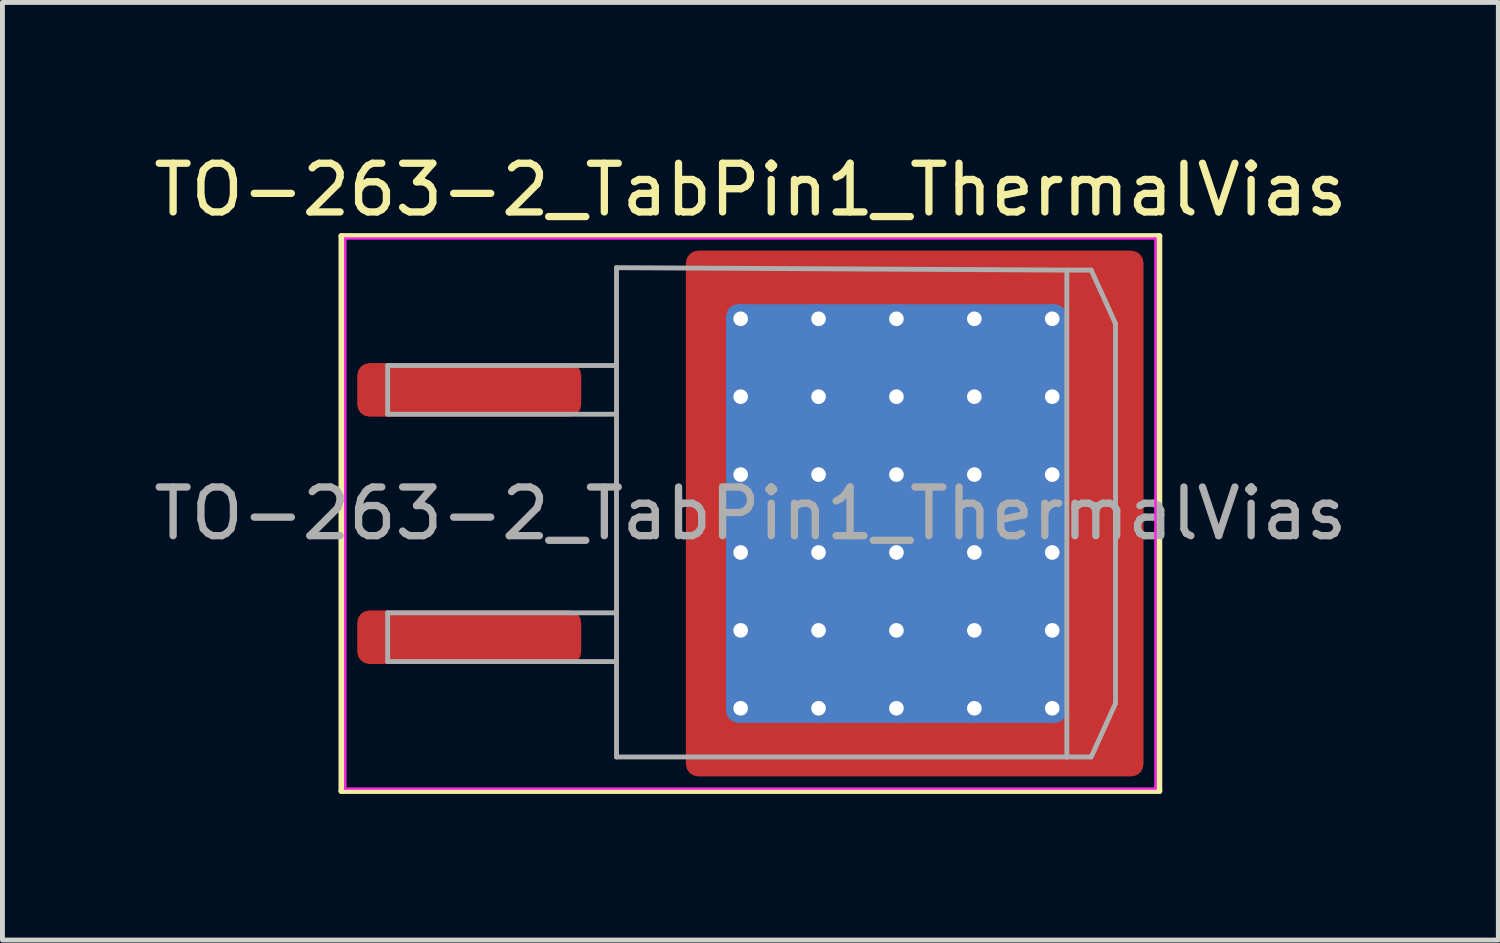
<source format=kicad_pcb>
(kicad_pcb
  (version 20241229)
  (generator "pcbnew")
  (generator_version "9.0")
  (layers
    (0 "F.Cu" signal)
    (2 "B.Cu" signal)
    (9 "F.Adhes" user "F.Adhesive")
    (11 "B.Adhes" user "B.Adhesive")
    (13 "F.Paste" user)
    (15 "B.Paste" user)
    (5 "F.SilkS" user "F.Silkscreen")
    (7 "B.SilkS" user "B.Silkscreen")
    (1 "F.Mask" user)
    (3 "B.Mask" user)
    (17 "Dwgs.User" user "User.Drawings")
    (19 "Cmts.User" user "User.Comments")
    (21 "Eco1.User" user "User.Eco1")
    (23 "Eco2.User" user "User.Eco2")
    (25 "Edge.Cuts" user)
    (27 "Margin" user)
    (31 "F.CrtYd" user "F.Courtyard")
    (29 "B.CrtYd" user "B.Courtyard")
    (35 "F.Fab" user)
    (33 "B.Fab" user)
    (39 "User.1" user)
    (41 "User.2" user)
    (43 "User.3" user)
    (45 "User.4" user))
  (footprint "TO-263-2_TabPin1_ThermalVias"
    (layer "F.Cu")
    (at 12.363 7.498)
    (property "Reference" "TO-263-2_TabPin1_ThermalVias" (at 0 -6.65 0) (layer "F.SilkS") (effects (font (size 1 1) (thickness 0.15))))
    (attr smd)
    (fp_line (start -8.4 -5.7) (end -8.4 5.7) (stroke (width 0.12) (type solid)) (layer "F.SilkS"))
    (fp_line (start -8.4 5.7) (end 8.4 5.7) (stroke (width 0.12) (type solid)) (layer "F.SilkS"))
    (fp_line (start 8.4 -5.7) (end -8.4 -5.7) (stroke (width 0.12) (type solid)) (layer "F.SilkS"))
    (fp_line (start 8.4 5.7) (end 8.4 -5.7) (stroke (width 0.12) (type solid)) (layer "F.SilkS"))
    (fp_line (start -8.32 -5.65) (end -8.32 5.65) (stroke (width 0.05) (type solid)) (layer "F.CrtYd"))
    (fp_line (start -8.32 5.65) (end 8.32 5.65) (stroke (width 0.05) (type solid)) (layer "F.CrtYd"))
    (fp_line (start 8.32 -5.65) (end -8.32 -5.65) (stroke (width 0.05) (type solid)) (layer "F.CrtYd"))
    (fp_line (start 8.32 5.65) (end 8.32 -5.65) (stroke (width 0.05) (type solid)) (layer "F.CrtYd"))
    (fp_line (start -7.45 -3.04) (end -7.45 -2.04) (stroke (width 0.1) (type solid)) (layer "F.Fab"))
    (fp_line (start -7.45 -2.04) (end -2.75 -2.04) (stroke (width 0.1) (type solid)) (layer "F.Fab"))
    (fp_line (start -7.45 2.04) (end -7.45 3.04) (stroke (width 0.1) (type solid)) (layer "F.Fab"))
    (fp_line (start -7.45 3.04) (end -2.75 3.04) (stroke (width 0.1) (type solid)) (layer "F.Fab"))
    (fp_line (start -2.75 -5.05) (end 6.5 -5) (stroke (width 0.1) (type solid)) (layer "F.Fab"))
    (fp_line (start -2.75 -3.04) (end -7.45 -3.04) (stroke (width 0.1) (type solid)) (layer "F.Fab"))
    (fp_line (start -2.75 2.04) (end -7.45 2.04) (stroke (width 0.1) (type solid)) (layer "F.Fab"))
    (fp_line (start -2.75 5) (end -2.75 -5.05) (stroke (width 0.1) (type solid)) (layer "F.Fab"))
    (fp_line (start 6.5 -5) (end 6.5 5) (stroke (width 0.1) (type solid)) (layer "F.Fab"))
    (fp_line (start 6.5 -5) (end 7 -5) (stroke (width 0.1) (type solid)) (layer "F.Fab"))
    (fp_line (start 6.5 5) (end -2.75 5) (stroke (width 0.1) (type solid)) (layer "F.Fab"))
    (fp_line (start 6.5 5) (end 7 5) (stroke (width 0.1) (type solid)) (layer "F.Fab"))
    (fp_line (start 7 -5) (end 7.5 -3.9) (stroke (width 0.1) (type solid)) (layer "F.Fab"))
    (fp_line (start 7 5) (end 7.5 3.9) (stroke (width 0.1) (type solid)) (layer "F.Fab"))
    (fp_line (start 7.5 -3.9) (end 7.5 3.9) (stroke (width 0.1) (type solid)) (layer "F.Fab"))
    (fp_text user "${REFERENCE}" (at 0 0 0) (layer "F.Fab") (effects (font (size 1 1) (thickness 0.15))))
    (pad "" smd roundrect (at -0.75 -4.65 90) (size 1.1 0.9) (layers "F.Paste") (roundrect_rratio 0.25))
    (pad "" smd roundrect (at -0.75 -3.2 90) (size 1.4 0.9) (layers "F.Paste") (roundrect_rratio 0.25))
    (pad "" smd roundrect (at -0.75 -1.6 90) (size 1.4 0.9) (layers "F.Paste") (roundrect_rratio 0.25))
    (pad "" smd roundrect (at -0.75 0 90) (size 1.4 0.9) (layers "F.Paste") (roundrect_rratio 0.25))
    (pad "" smd roundrect (at -0.75 1.6 90) (size 1.4 0.9) (layers "F.Paste") (roundrect_rratio 0.25))
    (pad "" smd roundrect (at -0.75 3.2 90) (size 1.4 0.9) (layers "F.Paste") (roundrect_rratio 0.25))
    (pad "" smd roundrect (at -0.75 4.65 90) (size 1.1 0.9) (layers "F.Paste") (roundrect_rratio 0.25))
    (pad "" smd roundrect (at 0.6 -4.65) (size 1.4 1.1) (layers "F.Paste") (roundrect_rratio 0.227))
    (pad "" smd roundrect (at 0.6 -3.2) (size 1.4 1.4) (layers "F.Paste") (roundrect_rratio 0.179))
    (pad "" smd roundrect (at 0.6 -1.6) (size 1.4 1.4) (layers "F.Paste") (roundrect_rratio 0.179))
    (pad "" smd roundrect (at 0.6 0) (size 1.4 1.4) (layers "F.Paste") (roundrect_rratio 0.179))
    (pad "" smd roundrect (at 0.6 1.6) (size 1.4 1.4) (layers "F.Paste") (roundrect_rratio 0.179))
    (pad "" smd roundrect (at 0.6 3.2) (size 1.4 1.4) (layers "F.Paste") (roundrect_rratio 0.179))
    (pad "" smd roundrect (at 0.6 4.65) (size 1.4 1.1) (layers "F.Paste") (roundrect_rratio 0.227))
    (pad "" smd roundrect (at 2.2 -4.65) (size 1.4 1.1) (layers "F.Paste") (roundrect_rratio 0.227))
    (pad "" smd roundrect (at 2.2 -3.2) (size 1.4 1.4) (layers "F.Paste") (roundrect_rratio 0.179))
    (pad "" smd roundrect (at 2.2 -1.6) (size 1.4 1.4) (layers "F.Paste") (roundrect_rratio 0.179))
    (pad "" smd roundrect (at 2.2 0) (size 1.4 1.4) (layers "F.Paste") (roundrect_rratio 0.179))
    (pad "" smd roundrect (at 2.2 1.6) (size 1.4 1.4) (layers "F.Paste") (roundrect_rratio 0.179))
    (pad "" smd roundrect (at 2.2 3.2) (size 1.4 1.4) (layers "F.Paste") (roundrect_rratio 0.179))
    (pad "" smd roundrect (at 2.2 4.65) (size 1.4 1.1) (layers "F.Paste") (roundrect_rratio 0.227))
    (pad "" smd roundrect (at 3.8 -4.65) (size 1.4 1.1) (layers "F.Paste") (roundrect_rratio 0.227))
    (pad "" smd roundrect (at 3.8 -3.2) (size 1.4 1.4) (layers "F.Paste") (roundrect_rratio 0.179))
    (pad "" smd roundrect (at 3.8 -1.6) (size 1.4 1.4) (layers "F.Paste") (roundrect_rratio 0.179))
    (pad "" smd roundrect (at 3.8 0) (size 1.4 1.4) (layers "F.Paste") (roundrect_rratio 0.179))
    (pad "" smd roundrect (at 3.8 1.6) (size 1.4 1.4) (layers "F.Paste") (roundrect_rratio 0.179))
    (pad "" smd roundrect (at 3.8 3.2) (size 1.4 1.4) (layers "F.Paste") (roundrect_rratio 0.179))
    (pad "" smd roundrect (at 3.8 4.65) (size 1.4 1.1) (layers "F.Paste") (roundrect_rratio 0.227))
    (pad "" smd roundrect (at 5.45 -4.65) (size 1.4 1.1) (layers "F.Paste") (roundrect_rratio 0.227))
    (pad "" smd roundrect (at 5.45 -3.2) (size 1.4 1.4) (layers "F.Paste") (roundrect_rratio 0.179))
    (pad "" smd roundrect (at 5.45 -1.6) (size 1.4 1.4) (layers "F.Paste") (roundrect_rratio 0.179))
    (pad "" smd roundrect (at 5.45 0) (size 1.4 1.4) (layers "F.Paste") (roundrect_rratio 0.179))
    (pad "" smd roundrect (at 5.45 1.6) (size 1.4 1.4) (layers "F.Paste") (roundrect_rratio 0.179))
    (pad "" smd roundrect (at 5.45 3.2) (size 1.4 1.4) (layers "F.Paste") (roundrect_rratio 0.179))
    (pad "" smd roundrect (at 5.45 4.65) (size 1.4 1.1) (layers "F.Paste") (roundrect_rratio 0.227))
    (pad "" smd roundrect (at 7.05 -4.65) (size 1.4 1.1) (layers "F.Paste") (roundrect_rratio 0.227))
    (pad "" smd roundrect (at 7.05 -3.2) (size 1.4 1.4) (layers "F.Paste") (roundrect_rratio 0.179))
    (pad "" smd roundrect (at 7.05 -1.6) (size 1.4 1.4) (layers "F.Paste") (roundrect_rratio 0.179))
    (pad "" smd roundrect (at 7.05 0) (size 1.4 1.4) (layers "F.Paste") (roundrect_rratio 0.179))
    (pad "" smd roundrect (at 7.05 1.6) (size 1.4 1.4) (layers "F.Paste") (roundrect_rratio 0.179))
    (pad "" smd roundrect (at 7.05 3.2) (size 1.4 1.4) (layers "F.Paste") (roundrect_rratio 0.179))
    (pad "" smd roundrect (at 7.05 4.65) (size 1.4 1.1) (layers "F.Paste") (roundrect_rratio 0.227))
    (pad "1" smd roundrect (at -5.775 -2.54) (size 4.6 1.1) (layers "F.Cu" "F.Mask" "F.Paste") (roundrect_rratio 0.227))
    (pad "1" thru_hole circle (at -0.2 -4) (size 0.6 0.6) (drill 0.3) (property pad_prop_heatsink) (layers "*.Cu"))
    (pad "1" thru_hole circle (at -0.2 -2.4) (size 0.6 0.6) (drill 0.3) (property pad_prop_heatsink) (layers "*.Cu"))
    (pad "1" thru_hole circle (at -0.2 -0.8) (size 0.6 0.6) (drill 0.3) (property pad_prop_heatsink) (layers "*.Cu"))
    (pad "1" thru_hole circle (at -0.2 0.8) (size 0.6 0.6) (drill 0.3) (property pad_prop_heatsink) (layers "*.Cu"))
    (pad "1" thru_hole circle (at -0.2 2.4) (size 0.6 0.6) (drill 0.3) (property pad_prop_heatsink) (layers "*.Cu"))
    (pad "1" thru_hole circle (at -0.2 4) (size 0.6 0.6) (drill 0.3) (property pad_prop_heatsink) (layers "*.Cu"))
    (pad "1" thru_hole circle (at 1.4 -4) (size 0.6 0.6) (drill 0.3) (property pad_prop_heatsink) (layers "*.Cu"))
    (pad "1" thru_hole circle (at 1.4 -2.4) (size 0.6 0.6) (drill 0.3) (property pad_prop_heatsink) (layers "*.Cu"))
    (pad "1" thru_hole circle (at 1.4 -0.8) (size 0.6 0.6) (drill 0.3) (property pad_prop_heatsink) (layers "*.Cu"))
    (pad "1" thru_hole circle (at 1.4 0.8) (size 0.6 0.6) (drill 0.3) (property pad_prop_heatsink) (layers "*.Cu"))
    (pad "1" thru_hole circle (at 1.4 2.4) (size 0.6 0.6) (drill 0.3) (property pad_prop_heatsink) (layers "*.Cu"))
    (pad "1" thru_hole circle (at 1.4 4) (size 0.6 0.6) (drill 0.3) (property pad_prop_heatsink) (layers "*.Cu"))
    (pad "1" thru_hole circle (at 3 -4) (size 0.6 0.6) (drill 0.3) (property pad_prop_heatsink) (layers "*.Cu"))
    (pad "1" thru_hole circle (at 3 -2.4) (size 0.6 0.6) (drill 0.3) (property pad_prop_heatsink) (layers "*.Cu"))
    (pad "1" thru_hole circle (at 3 -0.8) (size 0.6 0.6) (drill 0.3) (property pad_prop_heatsink) (layers "*.Cu"))
    (pad "1" smd roundrect (at 3 0) (size 7 8.6) (layers "B.Cu" "B.Mask") (roundrect_rratio 0.036))
    (pad "1" thru_hole circle (at 3 0.8) (size 0.6 0.6) (drill 0.3) (property pad_prop_heatsink) (layers "*.Cu"))
    (pad "1" thru_hole circle (at 3 2.4) (size 0.6 0.6) (drill 0.3) (property pad_prop_heatsink) (layers "*.Cu"))
    (pad "1" thru_hole circle (at 3 4) (size 0.6 0.6) (drill 0.3) (property pad_prop_heatsink) (layers "*.Cu"))
    (pad "1" smd roundrect (at 3.375 0) (size 9.4 10.8) (layers "F.Cu" "F.Mask") (roundrect_rratio 0.027))
    (pad "1" thru_hole circle (at 4.6 -4) (size 0.6 0.6) (drill 0.3) (property pad_prop_heatsink) (layers "*.Cu"))
    (pad "1" thru_hole circle (at 4.6 -2.4) (size 0.6 0.6) (drill 0.3) (property pad_prop_heatsink) (layers "*.Cu"))
    (pad "1" thru_hole circle (at 4.6 -0.8) (size 0.6 0.6) (drill 0.3) (property pad_prop_heatsink) (layers "*.Cu"))
    (pad "1" thru_hole circle (at 4.6 0.8) (size 0.6 0.6) (drill 0.3) (property pad_prop_heatsink) (layers "*.Cu"))
    (pad "1" thru_hole circle (at 4.6 2.4) (size 0.6 0.6) (drill 0.3) (property pad_prop_heatsink) (layers "*.Cu"))
    (pad "1" thru_hole circle (at 4.6 4) (size 0.6 0.6) (drill 0.3) (property pad_prop_heatsink) (layers "*.Cu"))
    (pad "1" thru_hole circle (at 6.2 -4) (size 0.6 0.6) (drill 0.3) (property pad_prop_heatsink) (layers "*.Cu"))
    (pad "1" thru_hole circle (at 6.2 -2.4) (size 0.6 0.6) (drill 0.3) (property pad_prop_heatsink) (layers "*.Cu"))
    (pad "1" thru_hole circle (at 6.2 -0.8) (size 0.6 0.6) (drill 0.3) (property pad_prop_heatsink) (layers "*.Cu"))
    (pad "1" thru_hole circle (at 6.2 0.8) (size 0.6 0.6) (drill 0.3) (property pad_prop_heatsink) (layers "*.Cu"))
    (pad "1" thru_hole circle (at 6.2 2.4) (size 0.6 0.6) (drill 0.3) (property pad_prop_heatsink) (layers "*.Cu"))
    (pad "1" thru_hole circle (at 6.2 4) (size 0.6 0.6) (drill 0.3) (property pad_prop_heatsink) (layers "*.Cu"))
    (pad "2" smd roundrect (at -5.775 2.54) (size 4.6 1.1) (layers "F.Cu" "F.Mask" "F.Paste") (roundrect_rratio 0.227)))
  (gr_rect
    (start -3 -3)
    (end 27.726 16.258)
    (stroke (width 0.1) (type default))
    (fill no)
    (layer "Edge.Cuts")))
</source>
